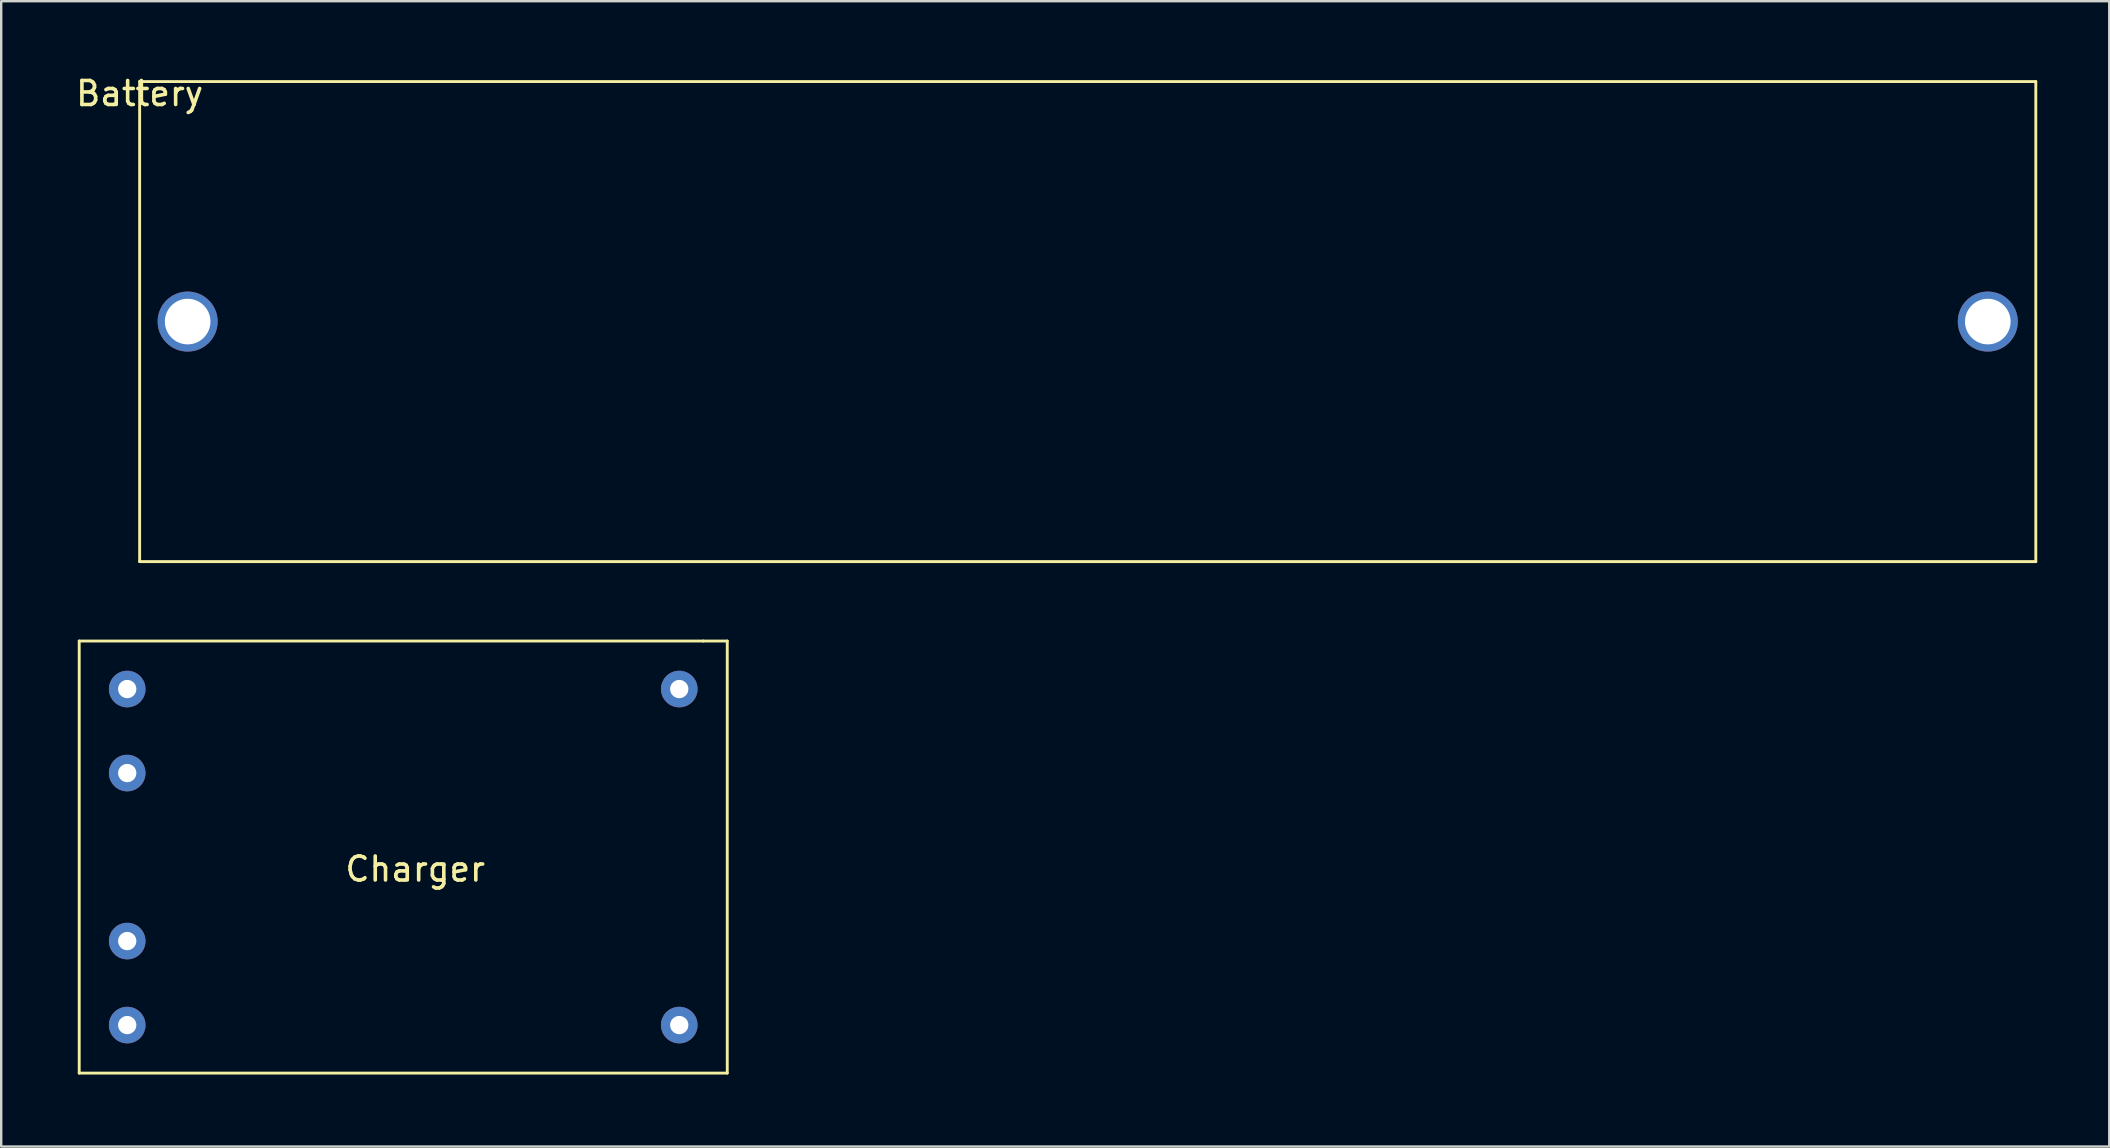
<source format=kicad_pcb>
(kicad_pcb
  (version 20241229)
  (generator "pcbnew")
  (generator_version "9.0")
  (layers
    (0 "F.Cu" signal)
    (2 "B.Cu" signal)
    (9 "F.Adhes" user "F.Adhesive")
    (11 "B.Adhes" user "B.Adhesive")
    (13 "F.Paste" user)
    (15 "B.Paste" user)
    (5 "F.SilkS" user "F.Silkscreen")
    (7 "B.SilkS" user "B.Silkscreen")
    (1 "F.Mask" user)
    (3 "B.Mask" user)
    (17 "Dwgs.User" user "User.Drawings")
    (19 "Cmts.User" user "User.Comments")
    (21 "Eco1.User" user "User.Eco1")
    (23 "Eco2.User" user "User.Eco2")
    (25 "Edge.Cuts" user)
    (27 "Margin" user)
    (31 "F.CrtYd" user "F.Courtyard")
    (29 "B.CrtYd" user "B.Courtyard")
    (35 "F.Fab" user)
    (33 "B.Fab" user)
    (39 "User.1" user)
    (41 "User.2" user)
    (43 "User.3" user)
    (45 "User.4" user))
  (footprint "Charger"
    (layer "F.Cu")
    (at 0.25 23.658)
    (property "Reference" "Charger" (at 14 9.5 0) (layer "F.SilkS") (effects (font (size 1 1) (thickness 0.15))))
    (attr through_hole)
    (fp_line (start 0 0) (end 26 0) (stroke (width 0.12) (type solid)) (layer "F.SilkS"))
    (fp_line (start 0 18) (end 0 0) (stroke (width 0.12) (type solid)) (layer "F.SilkS"))
    (fp_line (start 26 0) (end 27 0) (stroke (width 0.12) (type solid)) (layer "F.SilkS"))
    (fp_line (start 27 0) (end 27 18) (stroke (width 0.12) (type solid)) (layer "F.SilkS"))
    (fp_line (start 27 18) (end 0 18) (stroke (width 0.12) (type solid)) (layer "F.SilkS"))
    (pad "1" thru_hole circle (at 2 2) (size 1.524 1.524) (drill 0.762) (layers "*.Cu" "*.Mask"))
    (pad "2" thru_hole circle (at 2 5.5) (size 1.524 1.524) (drill 0.762) (layers "*.Cu" "*.Mask"))
    (pad "3" thru_hole circle (at 2 12.5) (size 1.524 1.524) (drill 0.762) (layers "*.Cu" "*.Mask"))
    (pad "4" thru_hole circle (at 2 16) (size 1.524 1.524) (drill 0.762) (layers "*.Cu" "*.Mask"))
    (pad "5" thru_hole circle (at 25 2) (size 1.524 1.524) (drill 0.762) (layers "*.Cu" "*.Mask"))
    (pad "6" thru_hole circle (at 25 16) (size 1.524 1.524) (drill 0.762) (layers "*.Cu" "*.Mask")))
  (footprint "Battery"
    (layer "F.Cu")
    (at 2.768 0.348)
    (property "Reference" "Battery" (at 0 0.5 0) (layer "F.SilkS") (effects (font (size 1 1) (thickness 0.15))))
    (attr through_hole)
    (fp_line (start 0 0) (end 79 0) (stroke (width 0.12) (type solid)) (layer "F.SilkS"))
    (fp_line (start 0 20) (end 0 0) (stroke (width 0.12) (type solid)) (layer "F.SilkS"))
    (fp_line (start 79 0) (end 79 20) (stroke (width 0.12) (type solid)) (layer "F.SilkS"))
    (fp_line (start 79 20) (end 0 20) (stroke (width 0.12) (type solid)) (layer "F.SilkS"))
    (pad "1" thru_hole circle (at 2 10) (size 2.5 2.5) (drill 1.9) (layers "*.Cu" "*.Mask"))
    (pad "2" thru_hole circle (at 77 10) (size 2.5 2.5) (drill 1.9) (layers "*.Cu" "*.Mask")))
  (gr_rect
    (start -3 -3)
    (end 84.828 44.718)
    (stroke (width 0.1) (type default))
    (fill no)
    (layer "Edge.Cuts")))
</source>
